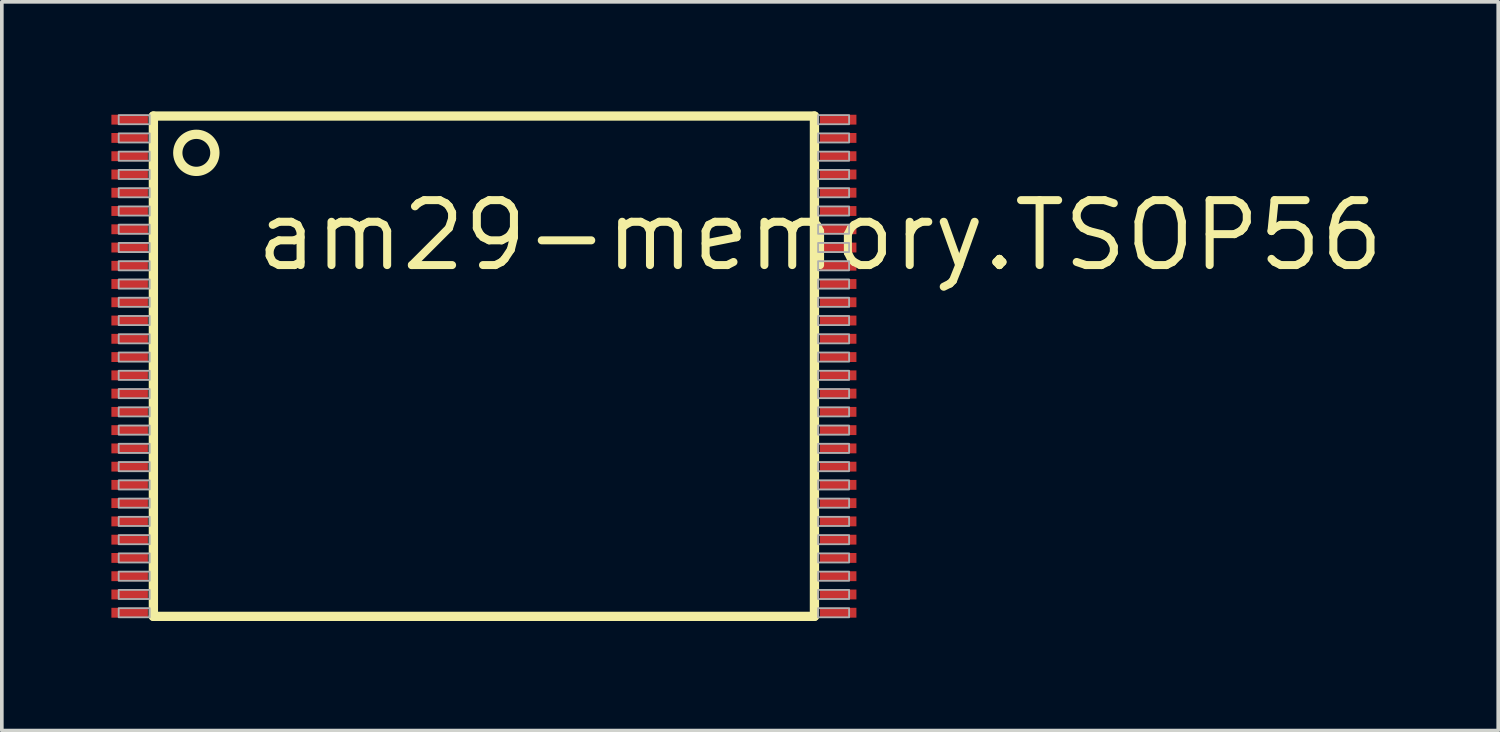
<source format=kicad_pcb>
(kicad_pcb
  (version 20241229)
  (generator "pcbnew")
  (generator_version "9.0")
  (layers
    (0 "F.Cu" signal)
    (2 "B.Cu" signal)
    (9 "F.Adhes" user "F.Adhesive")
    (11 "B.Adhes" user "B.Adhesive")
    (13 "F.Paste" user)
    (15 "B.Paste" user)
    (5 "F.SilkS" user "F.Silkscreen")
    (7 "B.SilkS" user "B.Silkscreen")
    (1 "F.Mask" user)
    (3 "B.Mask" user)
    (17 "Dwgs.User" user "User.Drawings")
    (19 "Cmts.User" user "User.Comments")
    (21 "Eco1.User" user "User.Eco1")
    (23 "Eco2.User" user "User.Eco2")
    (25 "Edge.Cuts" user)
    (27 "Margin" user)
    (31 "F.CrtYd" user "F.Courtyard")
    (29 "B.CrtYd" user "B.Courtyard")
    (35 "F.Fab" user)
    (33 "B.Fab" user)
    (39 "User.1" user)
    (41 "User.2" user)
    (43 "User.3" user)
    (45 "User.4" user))
  (footprint "am29-memory.TSOP56"
    (layer "F.Cu")
    (at 10.2 6.977)
    (property "Reference" "am29-memory.TSOP56" (at -6.35 -2.54 0) (layer "F.SilkS") (effects (font (size 1.778 1.778) (thickness 0.22)) (justify left bottom)))
    (attr smd)
    (fp_line (start -9.05 -6.85) (end 9.05 -6.85) (stroke (width 0.254) (type default)) (layer "F.SilkS"))
    (fp_line (start -9.05 6.85) (end -9.05 -6.85) (stroke (width 0.254) (type default)) (layer "F.SilkS"))
    (fp_line (start 9.05 -6.85) (end 9.05 6.85) (stroke (width 0.254) (type default)) (layer "F.SilkS"))
    (fp_line (start 9.05 6.85) (end -9.05 6.85) (stroke (width 0.254) (type default)) (layer "F.SilkS"))
    (fp_circle (center -7.874 -5.842) (end -7.366 -5.842) (stroke (width 0.254) (type default)) (fill no) (layer "F.SilkS"))
    (fp_rect (start -10 -6.625) (end -9.15 -6.875) (stroke (width 0.05) (type default)) (fill no) (layer "F.Fab"))
    (fp_rect (start -10 -6.125) (end -9.15 -6.375) (stroke (width 0.05) (type default)) (fill no) (layer "F.Fab"))
    (fp_rect (start -10 -5.625) (end -9.15 -5.875) (stroke (width 0.05) (type default)) (fill no) (layer "F.Fab"))
    (fp_rect (start -10 -5.125) (end -9.15 -5.375) (stroke (width 0.05) (type default)) (fill no) (layer "F.Fab"))
    (fp_rect (start -10 -4.625) (end -9.15 -4.875) (stroke (width 0.05) (type default)) (fill no) (layer "F.Fab"))
    (fp_rect (start -10 -4.125) (end -9.15 -4.375) (stroke (width 0.05) (type default)) (fill no) (layer "F.Fab"))
    (fp_rect (start -10 -3.625) (end -9.15 -3.875) (stroke (width 0.05) (type default)) (fill no) (layer "F.Fab"))
    (fp_rect (start -10 -3.125) (end -9.15 -3.375) (stroke (width 0.05) (type default)) (fill no) (layer "F.Fab"))
    (fp_rect (start -10 -2.625) (end -9.15 -2.875) (stroke (width 0.05) (type default)) (fill no) (layer "F.Fab"))
    (fp_rect (start -10 -2.125) (end -9.15 -2.375) (stroke (width 0.05) (type default)) (fill no) (layer "F.Fab"))
    (fp_rect (start -10 -1.625) (end -9.15 -1.875) (stroke (width 0.05) (type default)) (fill no) (layer "F.Fab"))
    (fp_rect (start -10 -1.125) (end -9.15 -1.375) (stroke (width 0.05) (type default)) (fill no) (layer "F.Fab"))
    (fp_rect (start -10 -0.625) (end -9.15 -0.875) (stroke (width 0.05) (type default)) (fill no) (layer "F.Fab"))
    (fp_rect (start -10 -0.125) (end -9.15 -0.375) (stroke (width 0.05) (type default)) (fill no) (layer "F.Fab"))
    (fp_rect (start -10 0.375) (end -9.15 0.125) (stroke (width 0.05) (type default)) (fill no) (layer "F.Fab"))
    (fp_rect (start -10 0.875) (end -9.15 0.625) (stroke (width 0.05) (type default)) (fill no) (layer "F.Fab"))
    (fp_rect (start -10 1.375) (end -9.15 1.125) (stroke (width 0.05) (type default)) (fill no) (layer "F.Fab"))
    (fp_rect (start -10 1.875) (end -9.15 1.625) (stroke (width 0.05) (type default)) (fill no) (layer "F.Fab"))
    (fp_rect (start -10 2.375) (end -9.15 2.125) (stroke (width 0.05) (type default)) (fill no) (layer "F.Fab"))
    (fp_rect (start -10 2.875) (end -9.15 2.625) (stroke (width 0.05) (type default)) (fill no) (layer "F.Fab"))
    (fp_rect (start -10 3.375) (end -9.15 3.125) (stroke (width 0.05) (type default)) (fill no) (layer "F.Fab"))
    (fp_rect (start -10 3.875) (end -9.15 3.625) (stroke (width 0.05) (type default)) (fill no) (layer "F.Fab"))
    (fp_rect (start -10 4.375) (end -9.15 4.125) (stroke (width 0.05) (type default)) (fill no) (layer "F.Fab"))
    (fp_rect (start -10 4.875) (end -9.15 4.625) (stroke (width 0.05) (type default)) (fill no) (layer "F.Fab"))
    (fp_rect (start -10 5.375) (end -9.15 5.125) (stroke (width 0.05) (type default)) (fill no) (layer "F.Fab"))
    (fp_rect (start -10 5.875) (end -9.15 5.625) (stroke (width 0.05) (type default)) (fill no) (layer "F.Fab"))
    (fp_rect (start -10 6.375) (end -9.15 6.125) (stroke (width 0.05) (type default)) (fill no) (layer "F.Fab"))
    (fp_rect (start -10 6.875) (end -9.15 6.625) (stroke (width 0.05) (type default)) (fill no) (layer "F.Fab"))
    (fp_rect (start 9.15 -6.625) (end 10 -6.875) (stroke (width 0.05) (type default)) (fill no) (layer "F.Fab"))
    (fp_rect (start 9.15 -6.125) (end 10 -6.375) (stroke (width 0.05) (type default)) (fill no) (layer "F.Fab"))
    (fp_rect (start 9.15 -5.625) (end 10 -5.875) (stroke (width 0.05) (type default)) (fill no) (layer "F.Fab"))
    (fp_rect (start 9.15 -5.125) (end 10 -5.375) (stroke (width 0.05) (type default)) (fill no) (layer "F.Fab"))
    (fp_rect (start 9.15 -4.625) (end 10 -4.875) (stroke (width 0.05) (type default)) (fill no) (layer "F.Fab"))
    (fp_rect (start 9.15 -4.125) (end 10 -4.375) (stroke (width 0.05) (type default)) (fill no) (layer "F.Fab"))
    (fp_rect (start 9.15 -3.625) (end 10 -3.875) (stroke (width 0.05) (type default)) (fill no) (layer "F.Fab"))
    (fp_rect (start 9.15 -3.125) (end 10 -3.375) (stroke (width 0.05) (type default)) (fill no) (layer "F.Fab"))
    (fp_rect (start 9.15 -2.625) (end 10 -2.875) (stroke (width 0.05) (type default)) (fill no) (layer "F.Fab"))
    (fp_rect (start 9.15 -2.125) (end 10 -2.375) (stroke (width 0.05) (type default)) (fill no) (layer "F.Fab"))
    (fp_rect (start 9.15 -1.625) (end 10 -1.875) (stroke (width 0.05) (type default)) (fill no) (layer "F.Fab"))
    (fp_rect (start 9.15 -1.125) (end 10 -1.375) (stroke (width 0.05) (type default)) (fill no) (layer "F.Fab"))
    (fp_rect (start 9.15 -0.625) (end 10 -0.875) (stroke (width 0.05) (type default)) (fill no) (layer "F.Fab"))
    (fp_rect (start 9.15 -0.125) (end 10 -0.375) (stroke (width 0.05) (type default)) (fill no) (layer "F.Fab"))
    (fp_rect (start 9.15 0.375) (end 10 0.125) (stroke (width 0.05) (type default)) (fill no) (layer "F.Fab"))
    (fp_rect (start 9.15 0.875) (end 10 0.625) (stroke (width 0.05) (type default)) (fill no) (layer "F.Fab"))
    (fp_rect (start 9.15 1.375) (end 10 1.125) (stroke (width 0.05) (type default)) (fill no) (layer "F.Fab"))
    (fp_rect (start 9.15 1.875) (end 10 1.625) (stroke (width 0.05) (type default)) (fill no) (layer "F.Fab"))
    (fp_rect (start 9.15 2.375) (end 10 2.125) (stroke (width 0.05) (type default)) (fill no) (layer "F.Fab"))
    (fp_rect (start 9.15 2.875) (end 10 2.625) (stroke (width 0.05) (type default)) (fill no) (layer "F.Fab"))
    (fp_rect (start 9.15 3.375) (end 10 3.125) (stroke (width 0.05) (type default)) (fill no) (layer "F.Fab"))
    (fp_rect (start 9.15 3.875) (end 10 3.625) (stroke (width 0.05) (type default)) (fill no) (layer "F.Fab"))
    (fp_rect (start 9.15 4.375) (end 10 4.125) (stroke (width 0.05) (type default)) (fill no) (layer "F.Fab"))
    (fp_rect (start 9.15 4.875) (end 10 4.625) (stroke (width 0.05) (type default)) (fill no) (layer "F.Fab"))
    (fp_rect (start 9.15 5.375) (end 10 5.125) (stroke (width 0.05) (type default)) (fill no) (layer "F.Fab"))
    (fp_rect (start 9.15 5.875) (end 10 5.625) (stroke (width 0.05) (type default)) (fill no) (layer "F.Fab"))
    (fp_rect (start 9.15 6.375) (end 10 6.125) (stroke (width 0.05) (type default)) (fill no) (layer "F.Fab"))
    (fp_rect (start 9.15 6.875) (end 10 6.625) (stroke (width 0.05) (type default)) (fill no) (layer "F.Fab"))
    (pad "1" smd roundrect (at -9.7 -6.75) (size 1 0.27) (layers "F.Cu" "F.Mask" "F.Paste") (roundrect_rratio 0.01))
    (pad "2" smd roundrect (at -9.7 -6.25) (size 1 0.27) (layers "F.Cu" "F.Mask" "F.Paste") (roundrect_rratio 0.01))
    (pad "3" smd roundrect (at -9.7 -5.75) (size 1 0.27) (layers "F.Cu" "F.Mask" "F.Paste") (roundrect_rratio 0.01))
    (pad "4" smd roundrect (at -9.7 -5.25) (size 1 0.27) (layers "F.Cu" "F.Mask" "F.Paste") (roundrect_rratio 0.01))
    (pad "5" smd roundrect (at -9.7 -4.75) (size 1 0.27) (layers "F.Cu" "F.Mask" "F.Paste") (roundrect_rratio 0.01))
    (pad "6" smd roundrect (at -9.7 -4.25) (size 1 0.27) (layers "F.Cu" "F.Mask" "F.Paste") (roundrect_rratio 0.01))
    (pad "7" smd roundrect (at -9.7 -3.75) (size 1 0.27) (layers "F.Cu" "F.Mask" "F.Paste") (roundrect_rratio 0.01))
    (pad "8" smd roundrect (at -9.7 -3.25) (size 1 0.27) (layers "F.Cu" "F.Mask" "F.Paste") (roundrect_rratio 0.01))
    (pad "9" smd roundrect (at -9.7 -2.75) (size 1 0.27) (layers "F.Cu" "F.Mask" "F.Paste") (roundrect_rratio 0.01))
    (pad "10" smd roundrect (at -9.7 -2.25) (size 1 0.27) (layers "F.Cu" "F.Mask" "F.Paste") (roundrect_rratio 0.01))
    (pad "11" smd roundrect (at -9.7 -1.75) (size 1 0.27) (layers "F.Cu" "F.Mask" "F.Paste") (roundrect_rratio 0.01))
    (pad "12" smd roundrect (at -9.7 -1.25) (size 1 0.27) (layers "F.Cu" "F.Mask" "F.Paste") (roundrect_rratio 0.01))
    (pad "13" smd roundrect (at -9.7 -0.75) (size 1 0.27) (layers "F.Cu" "F.Mask" "F.Paste") (roundrect_rratio 0.01))
    (pad "14" smd roundrect (at -9.7 -0.25) (size 1 0.27) (layers "F.Cu" "F.Mask" "F.Paste") (roundrect_rratio 0.01))
    (pad "15" smd roundrect (at -9.7 0.25) (size 1 0.27) (layers "F.Cu" "F.Mask" "F.Paste") (roundrect_rratio 0.01))
    (pad "16" smd roundrect (at -9.7 0.75) (size 1 0.27) (layers "F.Cu" "F.Mask" "F.Paste") (roundrect_rratio 0.01))
    (pad "17" smd roundrect (at -9.7 1.25) (size 1 0.27) (layers "F.Cu" "F.Mask" "F.Paste") (roundrect_rratio 0.01))
    (pad "18" smd roundrect (at -9.7 1.75) (size 1 0.27) (layers "F.Cu" "F.Mask" "F.Paste") (roundrect_rratio 0.01))
    (pad "19" smd roundrect (at -9.7 2.25) (size 1 0.27) (layers "F.Cu" "F.Mask" "F.Paste") (roundrect_rratio 0.01))
    (pad "20" smd roundrect (at -9.7 2.75) (size 1 0.27) (layers "F.Cu" "F.Mask" "F.Paste") (roundrect_rratio 0.01))
    (pad "21" smd roundrect (at -9.7 3.25) (size 1 0.27) (layers "F.Cu" "F.Mask" "F.Paste") (roundrect_rratio 0.01))
    (pad "22" smd roundrect (at -9.7 3.75) (size 1 0.27) (layers "F.Cu" "F.Mask" "F.Paste") (roundrect_rratio 0.01))
    (pad "23" smd roundrect (at -9.7 4.25) (size 1 0.27) (layers "F.Cu" "F.Mask" "F.Paste") (roundrect_rratio 0.01))
    (pad "24" smd roundrect (at -9.7 4.75) (size 1 0.27) (layers "F.Cu" "F.Mask" "F.Paste") (roundrect_rratio 0.01))
    (pad "25" smd roundrect (at -9.7 5.25) (size 1 0.27) (layers "F.Cu" "F.Mask" "F.Paste") (roundrect_rratio 0.01))
    (pad "26" smd roundrect (at -9.7 5.75) (size 1 0.27) (layers "F.Cu" "F.Mask" "F.Paste") (roundrect_rratio 0.01))
    (pad "27" smd roundrect (at -9.7 6.25) (size 1 0.27) (layers "F.Cu" "F.Mask" "F.Paste") (roundrect_rratio 0.01))
    (pad "28" smd roundrect (at -9.7 6.75) (size 1 0.27) (layers "F.Cu" "F.Mask" "F.Paste") (roundrect_rratio 0.01))
    (pad "29" smd roundrect (at 9.7 6.75 180) (size 1 0.27) (layers "F.Cu" "F.Mask" "F.Paste") (roundrect_rratio 0.01))
    (pad "30" smd roundrect (at 9.7 6.25 180) (size 1 0.27) (layers "F.Cu" "F.Mask" "F.Paste") (roundrect_rratio 0.01))
    (pad "31" smd roundrect (at 9.7 5.75 180) (size 1 0.27) (layers "F.Cu" "F.Mask" "F.Paste") (roundrect_rratio 0.01))
    (pad "32" smd roundrect (at 9.7 5.25 180) (size 1 0.27) (layers "F.Cu" "F.Mask" "F.Paste") (roundrect_rratio 0.01))
    (pad "33" smd roundrect (at 9.7 4.75 180) (size 1 0.27) (layers "F.Cu" "F.Mask" "F.Paste") (roundrect_rratio 0.01))
    (pad "34" smd roundrect (at 9.7 4.25 180) (size 1 0.27) (layers "F.Cu" "F.Mask" "F.Paste") (roundrect_rratio 0.01))
    (pad "35" smd roundrect (at 9.7 3.75 180) (size 1 0.27) (layers "F.Cu" "F.Mask" "F.Paste") (roundrect_rratio 0.01))
    (pad "36" smd roundrect (at 9.7 3.25 180) (size 1 0.27) (layers "F.Cu" "F.Mask" "F.Paste") (roundrect_rratio 0.01))
    (pad "37" smd roundrect (at 9.7 2.75 180) (size 1 0.27) (layers "F.Cu" "F.Mask" "F.Paste") (roundrect_rratio 0.01))
    (pad "38" smd roundrect (at 9.7 2.25 180) (size 1 0.27) (layers "F.Cu" "F.Mask" "F.Paste") (roundrect_rratio 0.01))
    (pad "39" smd roundrect (at 9.7 1.75 180) (size 1 0.27) (layers "F.Cu" "F.Mask" "F.Paste") (roundrect_rratio 0.01))
    (pad "40" smd roundrect (at 9.7 1.25 180) (size 1 0.27) (layers "F.Cu" "F.Mask" "F.Paste") (roundrect_rratio 0.01))
    (pad "41" smd roundrect (at 9.7 0.75 180) (size 1 0.27) (layers "F.Cu" "F.Mask" "F.Paste") (roundrect_rratio 0.01))
    (pad "42" smd roundrect (at 9.7 0.25 180) (size 1 0.27) (layers "F.Cu" "F.Mask" "F.Paste") (roundrect_rratio 0.01))
    (pad "43" smd roundrect (at 9.7 -0.25 180) (size 1 0.27) (layers "F.Cu" "F.Mask" "F.Paste") (roundrect_rratio 0.01))
    (pad "44" smd roundrect (at 9.7 -0.75 180) (size 1 0.27) (layers "F.Cu" "F.Mask" "F.Paste") (roundrect_rratio 0.01))
    (pad "45" smd roundrect (at 9.7 -1.25 180) (size 1 0.27) (layers "F.Cu" "F.Mask" "F.Paste") (roundrect_rratio 0.01))
    (pad "46" smd roundrect (at 9.7 -1.75 180) (size 1 0.27) (layers "F.Cu" "F.Mask" "F.Paste") (roundrect_rratio 0.01))
    (pad "47" smd roundrect (at 9.7 -2.25 180) (size 1 0.27) (layers "F.Cu" "F.Mask" "F.Paste") (roundrect_rratio 0.01))
    (pad "48" smd roundrect (at 9.7 -2.75 180) (size 1 0.27) (layers "F.Cu" "F.Mask" "F.Paste") (roundrect_rratio 0.01))
    (pad "49" smd roundrect (at 9.7 -3.25 180) (size 1 0.27) (layers "F.Cu" "F.Mask" "F.Paste") (roundrect_rratio 0.01))
    (pad "50" smd roundrect (at 9.7 -3.75 180) (size 1 0.27) (layers "F.Cu" "F.Mask" "F.Paste") (roundrect_rratio 0.01))
    (pad "51" smd roundrect (at 9.7 -4.25 180) (size 1 0.27) (layers "F.Cu" "F.Mask" "F.Paste") (roundrect_rratio 0.01))
    (pad "52" smd roundrect (at 9.7 -4.75 180) (size 1 0.27) (layers "F.Cu" "F.Mask" "F.Paste") (roundrect_rratio 0.01))
    (pad "53" smd roundrect (at 9.7 -5.25 180) (size 1 0.27) (layers "F.Cu" "F.Mask" "F.Paste") (roundrect_rratio 0.01))
    (pad "54" smd roundrect (at 9.7 -5.75 180) (size 1 0.27) (layers "F.Cu" "F.Mask" "F.Paste") (roundrect_rratio 0.01))
    (pad "55" smd roundrect (at 9.7 -6.25 180) (size 1 0.27) (layers "F.Cu" "F.Mask" "F.Paste") (roundrect_rratio 0.01))
    (pad "56" smd roundrect (at 9.7 -6.75 180) (size 1 0.27) (layers "F.Cu" "F.Mask" "F.Paste") (roundrect_rratio 0.01)))
  (gr_rect
    (start -3 -3)
    (end 37.973 16.954)
    (stroke (width 0.1) (type default))
    (fill no)
    (layer "Edge.Cuts")))
</source>
